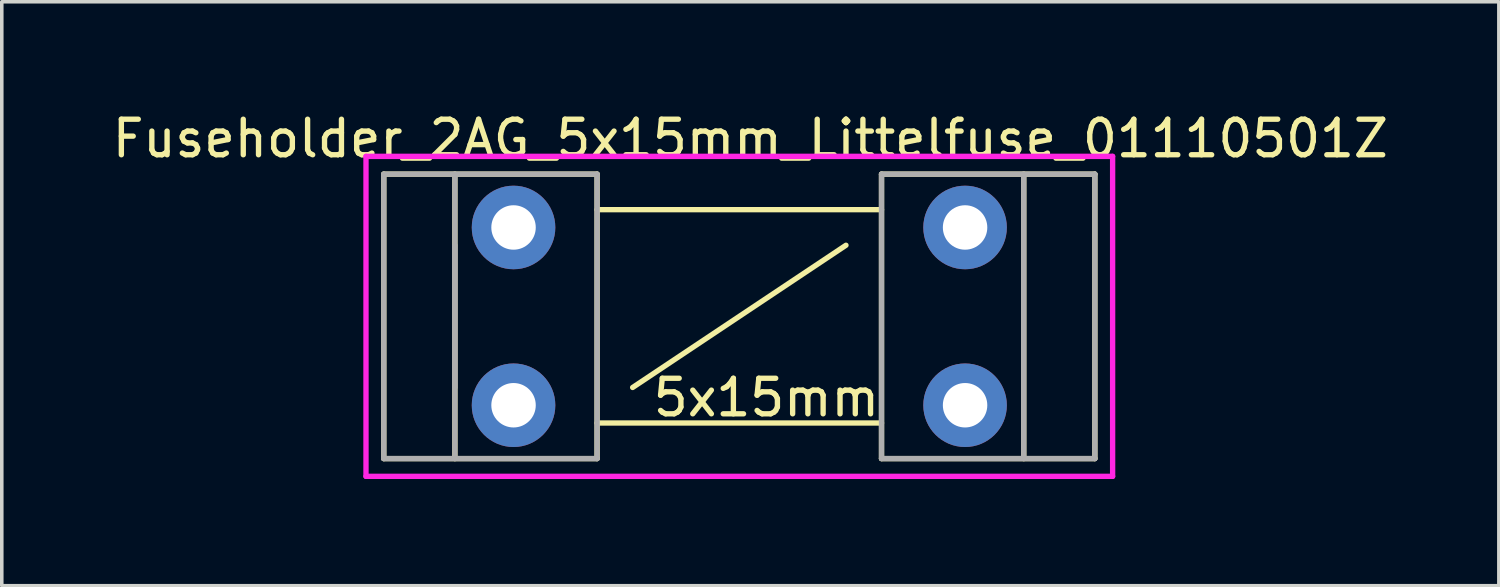
<source format=kicad_pcb>
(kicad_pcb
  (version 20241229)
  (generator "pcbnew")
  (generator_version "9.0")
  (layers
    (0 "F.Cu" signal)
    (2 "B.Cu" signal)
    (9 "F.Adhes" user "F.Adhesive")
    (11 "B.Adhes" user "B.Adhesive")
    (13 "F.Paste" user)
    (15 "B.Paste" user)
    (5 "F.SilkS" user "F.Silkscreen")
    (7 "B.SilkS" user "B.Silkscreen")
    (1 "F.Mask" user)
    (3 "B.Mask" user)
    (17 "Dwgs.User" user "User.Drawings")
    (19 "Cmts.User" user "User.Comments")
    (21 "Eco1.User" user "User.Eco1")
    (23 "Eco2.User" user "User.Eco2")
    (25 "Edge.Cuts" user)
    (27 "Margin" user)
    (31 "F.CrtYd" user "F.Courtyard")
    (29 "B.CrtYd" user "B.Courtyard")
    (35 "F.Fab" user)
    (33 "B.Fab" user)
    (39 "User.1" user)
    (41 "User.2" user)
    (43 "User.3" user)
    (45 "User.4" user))
  (footprint "Fuseholder_2AG_5x15mm_Littelfuse_01110501Z"
    (layer "F.Cu")
    (at 17.744 5.848)
    (property "Reference" "Fuseholder_2AG_5x15mm_Littelfuse_01110501Z" (at 0.31 -5 0) (unlocked yes) (layer "F.SilkS") (effects (font (size 1 1) (thickness 0.15))))
    (attr through_hole)
    (fp_line (start -10 -4) (end -4 -4) (stroke (width 0.15) (type solid)) (layer "F.SilkS"))
    (fp_line (start -10 4) (end -10 -4) (stroke (width 0.15) (type solid)) (layer "F.SilkS"))
    (fp_line (start -8 -4) (end -8 4) (stroke (width 0.15) (type solid)) (layer "F.SilkS"))
    (fp_line (start -4 3) (end 4 3) (stroke (width 0.15) (type solid)) (layer "F.SilkS"))
    (fp_line (start -4 4) (end -10 4) (stroke (width 0.15) (type solid)) (layer "F.SilkS"))
    (fp_line (start -4 4) (end -4 -4) (stroke (width 0.15) (type solid)) (layer "F.SilkS"))
    (fp_line (start -3 2) (end 3 -2) (stroke (width 0.15) (type solid)) (layer "F.SilkS"))
    (fp_line (start 4 -4) (end 4 4) (stroke (width 0.15) (type solid)) (layer "F.SilkS"))
    (fp_line (start 4 -4) (end 10 -4) (stroke (width 0.15) (type solid)) (layer "F.SilkS"))
    (fp_line (start 4 -3) (end -4 -3) (stroke (width 0.15) (type solid)) (layer "F.SilkS"))
    (fp_line (start 8 -4) (end 8 4) (stroke (width 0.15) (type solid)) (layer "F.SilkS"))
    (fp_line (start 10 -4) (end 10 4) (stroke (width 0.15) (type solid)) (layer "F.SilkS"))
    (fp_line (start 10 4) (end 4 4) (stroke (width 0.15) (type solid)) (layer "F.SilkS"))
    (fp_line (start -10.5 -4.5) (end -10.5 4.5) (stroke (width 0.15) (type solid)) (layer "F.CrtYd"))
    (fp_line (start -10.5 4.5) (end 10.5 4.5) (stroke (width 0.15) (type solid)) (layer "F.CrtYd"))
    (fp_line (start 10.5 -4.5) (end -10.5 -4.5) (stroke (width 0.15) (type solid)) (layer "F.CrtYd"))
    (fp_line (start 10.5 4.5) (end 10.5 -4.5) (stroke (width 0.15) (type solid)) (layer "F.CrtYd"))
    (fp_line (start -10 -4) (end -4 -4) (stroke (width 0.15) (type solid)) (layer "F.Fab"))
    (fp_line (start -10 4) (end -10 -4) (stroke (width 0.15) (type solid)) (layer "F.Fab"))
    (fp_line (start -8 -4) (end -8 4) (stroke (width 0.15) (type solid)) (layer "F.Fab"))
    (fp_line (start -8 -2) (end -8 2) (stroke (width 0.15) (type solid)) (layer "F.Fab"))
    (fp_line (start -4 -4) (end -4 4) (stroke (width 0.15) (type solid)) (layer "F.Fab"))
    (fp_line (start -4 4) (end -10 4) (stroke (width 0.15) (type solid)) (layer "F.Fab"))
    (fp_line (start 4 -4) (end 4 4) (stroke (width 0.15) (type solid)) (layer "F.Fab"))
    (fp_line (start 4 4) (end 10 4) (stroke (width 0.15) (type solid)) (layer "F.Fab"))
    (fp_line (start 8 -4) (end 8 4) (stroke (width 0.15) (type solid)) (layer "F.Fab"))
    (fp_line (start 10 -4) (end 4 -4) (stroke (width 0.15) (type solid)) (layer "F.Fab"))
    (fp_line (start 10 4) (end 10 -4) (stroke (width 0.15) (type solid)) (layer "F.Fab"))
    (fp_text user "5x15mm" (at 0.762 2.286 0) (unlocked yes) (layer "F.SilkS") (effects (font (size 1 1) (thickness 0.15))))
    (pad "1" thru_hole circle (at -6.35 -2.5) (size 2.35 2.35) (drill 1.25) (layers "*.Cu" "*.Mask"))
    (pad "1" thru_hole circle (at -6.35 2.5) (size 2.35 2.35) (drill 1.25) (layers "*.Cu" "*.Mask"))
    (pad "2" thru_hole circle (at 6.35 -2.5) (size 2.35 2.35) (drill 1.25) (layers "*.Cu" "*.Mask"))
    (pad "2" thru_hole circle (at 6.35 2.5) (size 2.35 2.35) (drill 1.25) (layers "*.Cu" "*.Mask")))
  (gr_rect
    (start -3 -3)
    (end 39.107 13.423)
    (stroke (width 0.1) (type default))
    (fill no)
    (layer "Edge.Cuts")))
</source>
